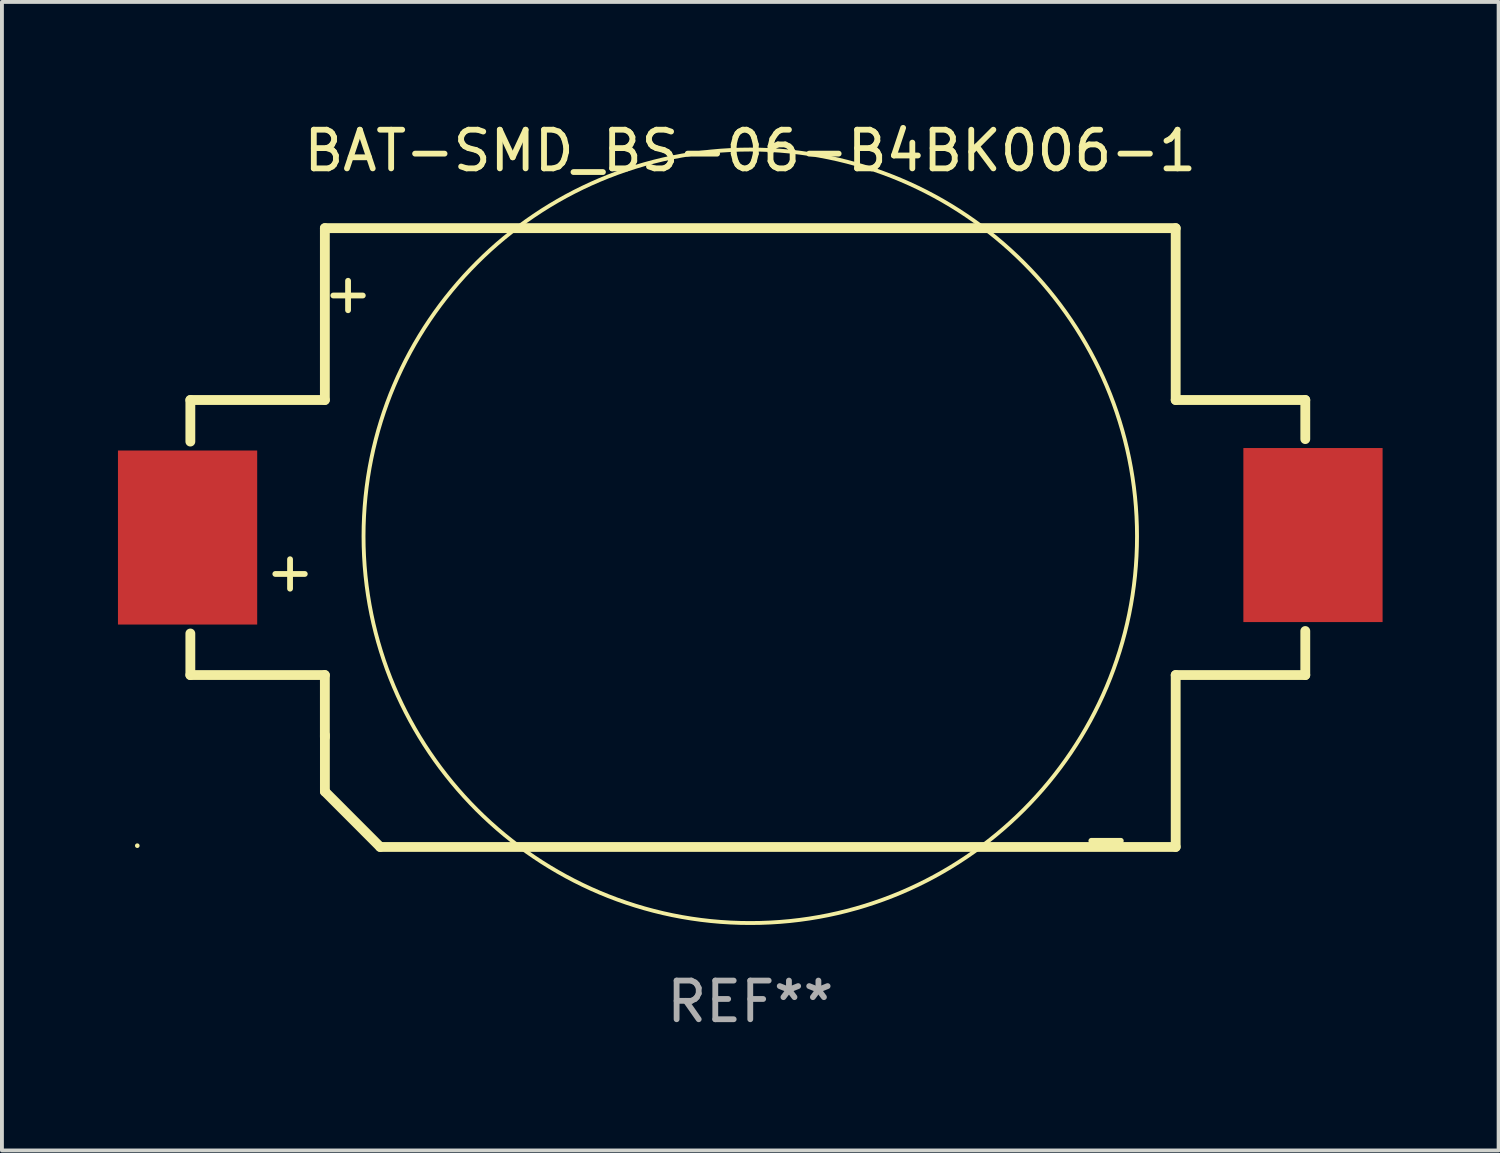
<source format=kicad_pcb>
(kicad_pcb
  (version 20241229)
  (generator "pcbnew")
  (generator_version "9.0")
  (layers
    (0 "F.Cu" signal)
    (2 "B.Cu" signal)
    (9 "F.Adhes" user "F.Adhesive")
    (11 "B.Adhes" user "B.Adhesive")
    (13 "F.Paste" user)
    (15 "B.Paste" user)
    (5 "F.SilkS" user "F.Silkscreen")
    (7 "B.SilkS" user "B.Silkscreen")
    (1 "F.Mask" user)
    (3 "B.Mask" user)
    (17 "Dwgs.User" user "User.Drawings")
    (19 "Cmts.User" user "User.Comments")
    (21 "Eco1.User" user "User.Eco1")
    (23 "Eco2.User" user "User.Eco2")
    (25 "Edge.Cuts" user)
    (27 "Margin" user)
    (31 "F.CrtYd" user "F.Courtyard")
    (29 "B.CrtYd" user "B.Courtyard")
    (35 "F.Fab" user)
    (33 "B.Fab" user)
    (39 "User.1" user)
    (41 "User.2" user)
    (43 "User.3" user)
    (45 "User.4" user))
  (footprint "BAT-SMD_BS-06-B4BK006-1"
    (layer "F.Cu")
    (at 16.35 10.817)
    (property "Reference" "BAT-SMD_BS-06-B4BK006-1" (at -0.000102 -9.968 0) (layer "F.SilkS") (effects (font (size 1 1) (thickness 0.15))))
    (attr smd)
    (fp_line (start -14.478 -3.524) (end -14.478 -2.449) (stroke (width 0.254) (type solid)) (layer "F.SilkS"))
    (fp_line (start -14.478 -3.524) (end -11 -3.524) (stroke (width 0.254) (type solid)) (layer "F.SilkS"))
    (fp_line (start -14.478 2.513) (end -14.478 3.588) (stroke (width 0.254) (type solid)) (layer "F.SilkS"))
    (fp_line (start -14.478 3.588) (end -11 3.588) (stroke (width 0.254) (type solid)) (layer "F.SilkS"))
    (fp_line (start -11 -7.968) (end 11 -7.968) (stroke (width 0.254) (type solid)) (layer "F.SilkS"))
    (fp_line (start -11 -3.524) (end -11 -7.968) (stroke (width 0.254) (type solid)) (layer "F.SilkS"))
    (fp_line (start -11 3.588) (end -11 5.192) (stroke (width 0.254) (type solid)) (layer "F.SilkS"))
    (fp_line (start -10.999 6.6) (end -10.999 5.14) (stroke (width 0.254) (type solid)) (layer "F.SilkS"))
    (fp_line (start -9.569 8.033) (end -10.999 6.6) (stroke (width 0.254) (type solid)) (layer "F.SilkS"))
    (fp_line (start 11 8.033) (end -9.569 8.033) (stroke (width 0.254) (type solid)) (layer "F.SilkS"))
    (fp_line (start 11 -3.524) (end 11 -7.968) (stroke (width 0.254) (type solid)) (layer "F.SilkS"))
    (fp_line (start 11 3.588) (end 11 8.032) (stroke (width 0.254) (type solid)) (layer "F.SilkS"))
    (fp_line (start 14.351 -3.524) (end 11 -3.524) (stroke (width 0.254) (type solid)) (layer "F.SilkS"))
    (fp_line (start 14.351 -3.524) (end 14.351 -2.513) (stroke (width 0.254) (type solid)) (layer "F.SilkS"))
    (fp_line (start 14.351 2.449) (end 14.351 3.588) (stroke (width 0.254) (type solid)) (layer "F.SilkS"))
    (fp_line (start 14.351 3.588) (end 11 3.588) (stroke (width 0.254) (type solid)) (layer "F.SilkS"))
    (fp_circle (center -15.85 8) (end -15.82 8) (stroke (width 0.06) (type solid)) (fill no) (layer "F.SilkS"))
    (fp_circle (center 0 0) (end 10 0) (stroke (width 0.1) (type default)) (fill no) (layer "F.SilkS"))
    (fp_text user "+" (at -10.4 -6.3 0) (layer "F.SilkS") (effects (font (size 1 1) (thickness 0.15))))
    (fp_text user "-" (at 9.2 7.8 0) (layer "F.SilkS") (effects (font (size 1 1) (thickness 0.15))))
    (fp_text user "+" (at -11.9 0.9 0) (layer "F.SilkS") (effects (font (size 1 1) (thickness 0.15))))
    (fp_text user "REF**" (at -0.000102 12.033 0) (layer "F.Fab") (effects (font (size 1 1) (thickness 0.15))))
    (pad "2" smd rect (at -14.55 0.032) (size 3.6 4.5) (layers "F.Cu" "F.Mask" "F.Paste"))
    (pad "3" smd rect (at 14.55 -0.032) (size 3.6 4.5) (layers "F.Cu" "F.Mask" "F.Paste")))
  (gr_rect
    (start -3 -3)
    (end 35.7 26.698)
    (stroke (width 0.1) (type default))
    (fill no)
    (layer "Edge.Cuts")))
</source>
